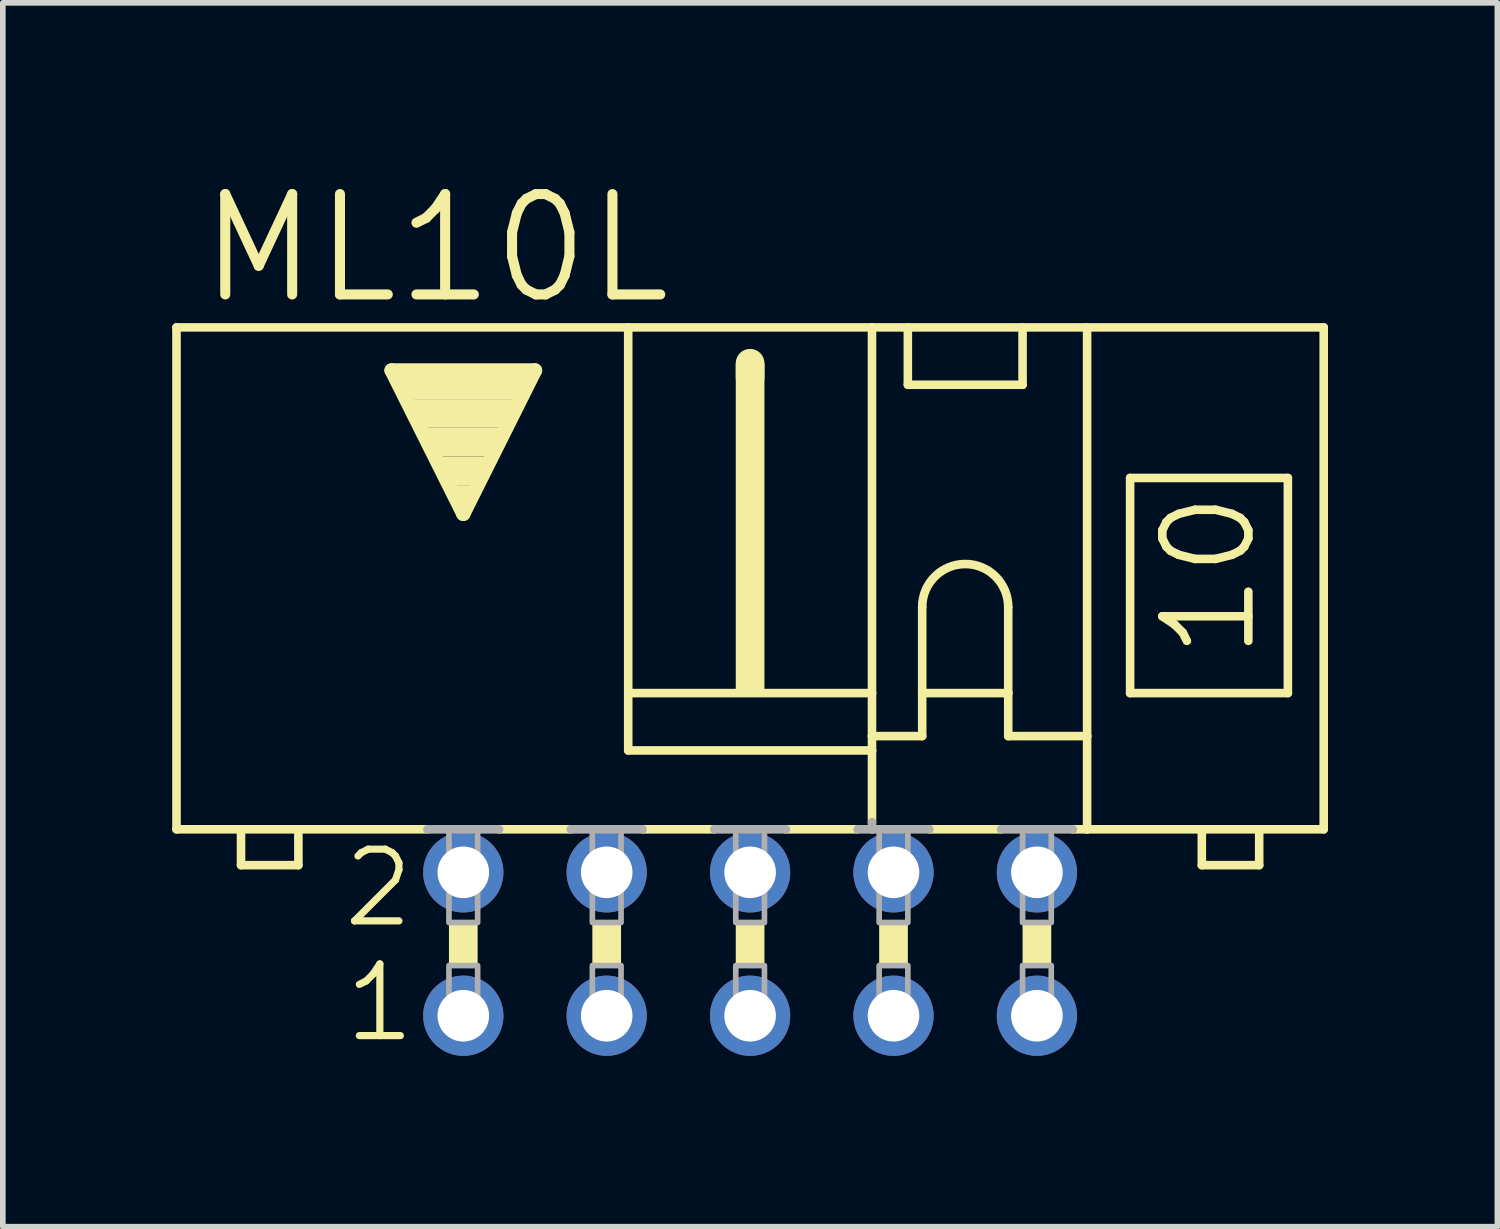
<source format=kicad_pcb>
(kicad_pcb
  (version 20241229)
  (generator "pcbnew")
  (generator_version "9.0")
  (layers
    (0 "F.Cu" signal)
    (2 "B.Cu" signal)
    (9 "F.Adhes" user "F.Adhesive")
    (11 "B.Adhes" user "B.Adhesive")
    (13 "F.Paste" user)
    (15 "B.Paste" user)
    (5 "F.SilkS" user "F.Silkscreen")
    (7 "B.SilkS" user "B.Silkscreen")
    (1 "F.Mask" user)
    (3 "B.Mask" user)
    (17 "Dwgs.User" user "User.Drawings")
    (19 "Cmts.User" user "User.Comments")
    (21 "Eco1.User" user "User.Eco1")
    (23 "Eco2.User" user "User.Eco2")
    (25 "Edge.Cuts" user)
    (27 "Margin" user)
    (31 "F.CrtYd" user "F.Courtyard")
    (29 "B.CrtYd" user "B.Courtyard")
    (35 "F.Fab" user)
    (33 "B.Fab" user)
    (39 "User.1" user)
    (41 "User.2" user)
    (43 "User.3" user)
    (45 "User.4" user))
  (footprint "ML10L"
    (layer "F.Cu")
    (at 10.236 13.671)
    (property "Reference" "ML10L" (at -5.571 -12.319 0) (layer "F.SilkS") (effects (font (size 1.778 1.778) (thickness 0.178))))
    (attr through_hole)
    (fp_line (start -10.16 -2.032) (end -10.16 -10.922) (stroke (width 0.152) (type solid)) (layer "F.SilkS"))
    (fp_line (start -10.16 -2.032) (end -9.017 -2.032) (stroke (width 0.152) (type solid)) (layer "F.SilkS"))
    (fp_line (start -9.017 -2.032) (end -9.017 -1.397) (stroke (width 0.152) (type solid)) (layer "F.SilkS"))
    (fp_line (start -9.017 -2.032) (end -8.001 -2.032) (stroke (width 0.152) (type solid)) (layer "F.SilkS"))
    (fp_line (start -8.001 -2.032) (end -5.715 -2.032) (stroke (width 0.152) (type solid)) (layer "F.SilkS"))
    (fp_line (start -8.001 -1.397) (end -9.017 -1.397) (stroke (width 0.152) (type solid)) (layer "F.SilkS"))
    (fp_line (start -8.001 -1.397) (end -8.001 -2.032) (stroke (width 0.152) (type solid)) (layer "F.SilkS"))
    (fp_line (start -6.35 -10.16) (end -3.81 -10.16) (stroke (width 0.254) (type solid)) (layer "F.SilkS"))
    (fp_line (start -5.08 -7.62) (end -6.35 -10.16) (stroke (width 0.254) (type solid)) (layer "F.SilkS"))
    (fp_line (start -4.445 -2.032) (end -3.175 -2.032) (stroke (width 0.152) (type solid)) (layer "F.SilkS"))
    (fp_line (start -3.81 -10.16) (end -5.08 -7.62) (stroke (width 0.254) (type solid)) (layer "F.SilkS"))
    (fp_line (start -2.159 -10.922) (end -10.16 -10.922) (stroke (width 0.152) (type solid)) (layer "F.SilkS"))
    (fp_line (start -2.159 -10.922) (end -2.159 -4.445) (stroke (width 0.152) (type solid)) (layer "F.SilkS"))
    (fp_line (start -2.159 -10.922) (end 2.159 -10.922) (stroke (width 0.152) (type solid)) (layer "F.SilkS"))
    (fp_line (start -2.159 -4.445) (end -2.159 -3.429) (stroke (width 0.152) (type solid)) (layer "F.SilkS"))
    (fp_line (start -1.905 -2.032) (end -0.635 -2.032) (stroke (width 0.152) (type solid)) (layer "F.SilkS"))
    (fp_line (start 0 -10.033) (end 0 -10.287) (stroke (width 0.508) (type solid)) (layer "F.SilkS"))
    (fp_line (start 0.635 -2.032) (end 1.905 -2.032) (stroke (width 0.152) (type solid)) (layer "F.SilkS"))
    (fp_line (start 2.159 -10.922) (end 2.159 -4.445) (stroke (width 0.152) (type solid)) (layer "F.SilkS"))
    (fp_line (start 2.159 -10.922) (end 10.16 -10.922) (stroke (width 0.152) (type solid)) (layer "F.SilkS"))
    (fp_line (start 2.159 -4.445) (end -2.159 -4.445) (stroke (width 0.152) (type solid)) (layer "F.SilkS"))
    (fp_line (start 2.159 -4.445) (end 2.159 -3.683) (stroke (width 0.152) (type solid)) (layer "F.SilkS"))
    (fp_line (start 2.159 -3.683) (end 2.159 -3.429) (stroke (width 0.152) (type solid)) (layer "F.SilkS"))
    (fp_line (start 2.159 -3.683) (end 3.048 -3.683) (stroke (width 0.152) (type solid)) (layer "F.SilkS"))
    (fp_line (start 2.159 -3.429) (end -2.159 -3.429) (stroke (width 0.152) (type solid)) (layer "F.SilkS"))
    (fp_line (start 2.159 -3.429) (end 2.159 -2.159) (stroke (width 0.152) (type solid)) (layer "F.SilkS"))
    (fp_line (start 2.794 -9.906) (end 2.794 -10.922) (stroke (width 0.152) (type solid)) (layer "F.SilkS"))
    (fp_line (start 2.794 -9.906) (end 4.826 -9.906) (stroke (width 0.152) (type solid)) (layer "F.SilkS"))
    (fp_line (start 3.048 -5.969) (end 3.048 -4.445) (stroke (width 0.152) (type solid)) (layer "F.SilkS"))
    (fp_line (start 3.048 -4.445) (end 3.048 -3.683) (stroke (width 0.152) (type solid)) (layer "F.SilkS"))
    (fp_line (start 3.048 -4.445) (end 4.572 -4.445) (stroke (width 0.152) (type solid)) (layer "F.SilkS"))
    (fp_line (start 3.175 -2.032) (end 4.445 -2.032) (stroke (width 0.152) (type solid)) (layer "F.SilkS"))
    (fp_line (start 4.572 -5.969) (end 4.572 -4.445) (stroke (width 0.152) (type solid)) (layer "F.SilkS"))
    (fp_line (start 4.572 -4.445) (end 4.572 -3.683) (stroke (width 0.152) (type solid)) (layer "F.SilkS"))
    (fp_line (start 4.572 -3.683) (end 5.969 -3.683) (stroke (width 0.152) (type solid)) (layer "F.SilkS"))
    (fp_line (start 4.826 -10.922) (end 4.826 -9.906) (stroke (width 0.152) (type solid)) (layer "F.SilkS"))
    (fp_line (start 5.969 -3.683) (end 5.969 -10.922) (stroke (width 0.152) (type solid)) (layer "F.SilkS"))
    (fp_line (start 5.969 -3.683) (end 5.969 -2.032) (stroke (width 0.152) (type solid)) (layer "F.SilkS"))
    (fp_line (start 5.969 -2.032) (end 5.715 -2.032) (stroke (width 0.152) (type solid)) (layer "F.SilkS"))
    (fp_line (start 6.731 -8.255) (end 6.731 -4.445) (stroke (width 0.152) (type solid)) (layer "F.SilkS"))
    (fp_line (start 6.731 -8.255) (end 9.525 -8.255) (stroke (width 0.152) (type solid)) (layer "F.SilkS"))
    (fp_line (start 6.731 -4.445) (end 9.525 -4.445) (stroke (width 0.152) (type solid)) (layer "F.SilkS"))
    (fp_line (start 8.001 -2.032) (end 5.969 -2.032) (stroke (width 0.152) (type solid)) (layer "F.SilkS"))
    (fp_line (start 8.001 -2.032) (end 8.001 -1.397) (stroke (width 0.152) (type solid)) (layer "F.SilkS"))
    (fp_line (start 9.017 -2.032) (end 8.001 -2.032) (stroke (width 0.152) (type solid)) (layer "F.SilkS"))
    (fp_line (start 9.017 -1.397) (end 8.001 -1.397) (stroke (width 0.152) (type solid)) (layer "F.SilkS"))
    (fp_line (start 9.017 -1.397) (end 9.017 -2.032) (stroke (width 0.152) (type solid)) (layer "F.SilkS"))
    (fp_line (start 9.525 -4.445) (end 9.525 -8.255) (stroke (width 0.152) (type solid)) (layer "F.SilkS"))
    (fp_line (start 10.16 -10.922) (end 10.16 -2.032) (stroke (width 0.152) (type solid)) (layer "F.SilkS"))
    (fp_line (start 10.16 -2.032) (end 9.017 -2.032) (stroke (width 0.152) (type solid)) (layer "F.SilkS"))
    (fp_arc (start 3.048 -5.969) (mid 3.81 -6.731) (end 4.572 -5.969) (stroke (width 0.1524) (type solid)) (layer "F.SilkS"))
    (fp_poly (pts (xy -6.223 -10.16) (xy -3.937 -10.16) (xy -3.937 -9.652) (xy -6.223 -9.652)) (stroke (width 0) (type solid)) (fill yes) (layer "F.SilkS"))
    (fp_poly (pts (xy -5.969 -9.652) (xy -4.191 -9.652) (xy -4.191 -9.144) (xy -5.969 -9.144)) (stroke (width 0) (type solid)) (fill yes) (layer "F.SilkS"))
    (fp_poly (pts (xy -5.715 -9.144) (xy -4.445 -9.144) (xy -4.445 -8.636) (xy -5.715 -8.636)) (stroke (width 0) (type solid)) (fill yes) (layer "F.SilkS"))
    (fp_poly (pts (xy -5.461 -8.636) (xy -4.699 -8.636) (xy -4.699 -8.128) (xy -5.461 -8.128)) (stroke (width 0) (type solid)) (fill yes) (layer "F.SilkS"))
    (fp_poly (pts (xy -5.334 -0.381) (xy -4.826 -0.381) (xy -4.826 0.381) (xy -5.334 0.381)) (stroke (width 0) (type solid)) (fill yes) (layer "F.SilkS"))
    (fp_poly (pts (xy -5.207 -8.128) (xy -4.953 -8.128) (xy -4.953 -7.874) (xy -5.207 -7.874)) (stroke (width 0) (type solid)) (fill yes) (layer "F.SilkS"))
    (fp_poly (pts (xy -2.794 -0.381) (xy -2.286 -0.381) (xy -2.286 0.381) (xy -2.794 0.381)) (stroke (width 0) (type solid)) (fill yes) (layer "F.SilkS"))
    (fp_poly (pts (xy -0.254 -10.287) (xy 0.254 -10.287) (xy 0.254 -4.445) (xy -0.254 -4.445)) (stroke (width 0) (type solid)) (fill yes) (layer "F.SilkS"))
    (fp_poly (pts (xy -0.254 -0.381) (xy 0.254 -0.381) (xy 0.254 0.381) (xy -0.254 0.381)) (stroke (width 0) (type solid)) (fill yes) (layer "F.SilkS"))
    (fp_poly (pts (xy 2.286 -0.381) (xy 2.794 -0.381) (xy 2.794 0.381) (xy 2.286 0.381)) (stroke (width 0) (type solid)) (fill yes) (layer "F.SilkS"))
    (fp_poly (pts (xy 4.826 -0.381) (xy 5.334 -0.381) (xy 5.334 0.381) (xy 4.826 0.381)) (stroke (width 0) (type solid)) (fill yes) (layer "F.SilkS"))
    (fp_line (start -5.715 -2.032) (end -4.445 -2.032) (stroke (width 0.152) (type solid)) (layer "F.Fab"))
    (fp_line (start -3.175 -2.032) (end -1.905 -2.032) (stroke (width 0.152) (type solid)) (layer "F.Fab"))
    (fp_line (start -0.635 -2.032) (end 0.635 -2.032) (stroke (width 0.152) (type solid)) (layer "F.Fab"))
    (fp_line (start 1.905 -2.032) (end 2.159 -2.032) (stroke (width 0.152) (type solid)) (layer "F.Fab"))
    (fp_line (start 2.159 -2.159) (end 2.159 -2.032) (stroke (width 0.152) (type solid)) (layer "F.Fab"))
    (fp_line (start 2.159 -2.032) (end 3.175 -2.032) (stroke (width 0.152) (type solid)) (layer "F.Fab"))
    (fp_line (start 5.715 -2.032) (end 4.445 -2.032) (stroke (width 0.152) (type solid)) (layer "F.Fab"))
    (fp_poly (pts (xy -5.334 -2.032) (xy -4.826 -2.032) (xy -4.826 -0.381) (xy -5.334 -0.381)) (stroke (width 0.1) (type solid)) (fill no) (layer "F.Fab"))
    (fp_poly (pts (xy -5.334 0.381) (xy -4.826 0.381) (xy -4.826 1.524) (xy -5.334 1.524)) (stroke (width 0.1) (type solid)) (fill no) (layer "F.Fab"))
    (fp_poly (pts (xy -2.794 -2.032) (xy -2.286 -2.032) (xy -2.286 -0.381) (xy -2.794 -0.381)) (stroke (width 0.1) (type solid)) (fill no) (layer "F.Fab"))
    (fp_poly (pts (xy -2.794 0.381) (xy -2.286 0.381) (xy -2.286 1.524) (xy -2.794 1.524)) (stroke (width 0.1) (type solid)) (fill no) (layer "F.Fab"))
    (fp_poly (pts (xy -0.254 -2.032) (xy 0.254 -2.032) (xy 0.254 -0.381) (xy -0.254 -0.381)) (stroke (width 0.1) (type solid)) (fill no) (layer "F.Fab"))
    (fp_poly (pts (xy -0.254 0.381) (xy 0.254 0.381) (xy 0.254 1.524) (xy -0.254 1.524)) (stroke (width 0.1) (type solid)) (fill no) (layer "F.Fab"))
    (fp_poly (pts (xy 2.286 -2.032) (xy 2.794 -2.032) (xy 2.794 -0.381) (xy 2.286 -0.381)) (stroke (width 0.1) (type solid)) (fill no) (layer "F.Fab"))
    (fp_poly (pts (xy 2.286 0.381) (xy 2.794 0.381) (xy 2.794 1.524) (xy 2.286 1.524)) (stroke (width 0.1) (type solid)) (fill no) (layer "F.Fab"))
    (fp_poly (pts (xy 4.826 -2.032) (xy 5.334 -2.032) (xy 5.334 -0.381) (xy 4.826 -0.381)) (stroke (width 0.1) (type solid)) (fill no) (layer "F.Fab"))
    (fp_poly (pts (xy 4.826 0.381) (xy 5.334 0.381) (xy 5.334 1.524) (xy 4.826 1.524)) (stroke (width 0.1) (type solid)) (fill no) (layer "F.Fab"))
    (fp_text user "1" (at -6.558 1.041 0) (layer "F.SilkS") (effects (font (size 1.27 1.27) (thickness 0.127))))
    (fp_text user "10" (at 8.128 -6.531 90) (layer "F.SilkS") (effects (font (size 1.524 1.524) (thickness 0.152))))
    (fp_text user "2" (at -6.583 -0.991 0) (layer "F.SilkS") (effects (font (size 1.27 1.27) (thickness 0.127))))
    (pad "1" thru_hole circle (at -5.08 1.27) (size 1.422 1.422) (drill 0.914) (layers "*.Cu" "*.Mask"))
    (pad "2" thru_hole circle (at -5.08 -1.27) (size 1.422 1.422) (drill 0.914) (layers "*.Cu" "*.Mask"))
    (pad "3" thru_hole circle (at -2.54 1.27) (size 1.422 1.422) (drill 0.914) (layers "*.Cu" "*.Mask"))
    (pad "4" thru_hole circle (at -2.54 -1.27) (size 1.422 1.422) (drill 0.914) (layers "*.Cu" "*.Mask"))
    (pad "5" thru_hole circle (at 0 1.27) (size 1.422 1.422) (drill 0.914) (layers "*.Cu" "*.Mask"))
    (pad "6" thru_hole circle (at 0 -1.27) (size 1.422 1.422) (drill 0.914) (layers "*.Cu" "*.Mask"))
    (pad "7" thru_hole circle (at 2.54 1.27) (size 1.422 1.422) (drill 0.914) (layers "*.Cu" "*.Mask"))
    (pad "8" thru_hole circle (at 2.54 -1.27) (size 1.422 1.422) (drill 0.914) (layers "*.Cu" "*.Mask"))
    (pad "9" thru_hole circle (at 5.08 1.27) (size 1.422 1.422) (drill 0.914) (layers "*.Cu" "*.Mask"))
    (pad "10" thru_hole circle (at 5.08 -1.27) (size 1.422 1.422) (drill 0.914) (layers "*.Cu" "*.Mask")))
  (gr_rect
    (start -3 -3)
    (end 23.472 18.678)
    (stroke (width 0.1) (type default))
    (fill no)
    (layer "Edge.Cuts")))
</source>
